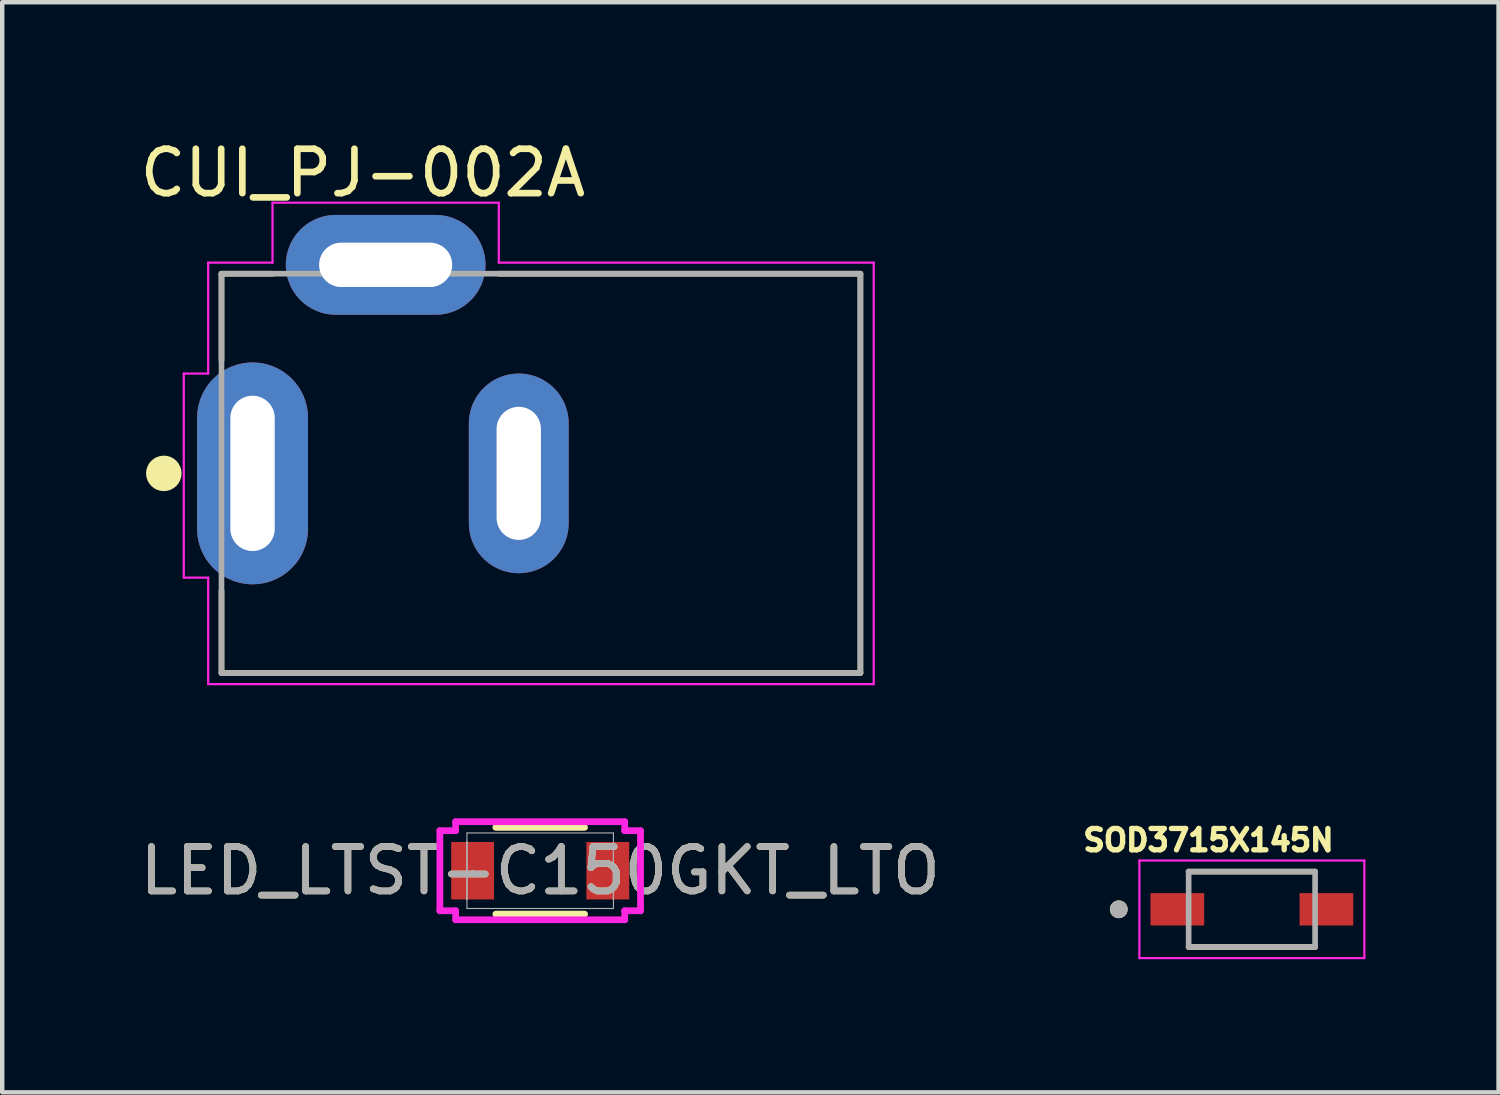
<source format=kicad_pcb>
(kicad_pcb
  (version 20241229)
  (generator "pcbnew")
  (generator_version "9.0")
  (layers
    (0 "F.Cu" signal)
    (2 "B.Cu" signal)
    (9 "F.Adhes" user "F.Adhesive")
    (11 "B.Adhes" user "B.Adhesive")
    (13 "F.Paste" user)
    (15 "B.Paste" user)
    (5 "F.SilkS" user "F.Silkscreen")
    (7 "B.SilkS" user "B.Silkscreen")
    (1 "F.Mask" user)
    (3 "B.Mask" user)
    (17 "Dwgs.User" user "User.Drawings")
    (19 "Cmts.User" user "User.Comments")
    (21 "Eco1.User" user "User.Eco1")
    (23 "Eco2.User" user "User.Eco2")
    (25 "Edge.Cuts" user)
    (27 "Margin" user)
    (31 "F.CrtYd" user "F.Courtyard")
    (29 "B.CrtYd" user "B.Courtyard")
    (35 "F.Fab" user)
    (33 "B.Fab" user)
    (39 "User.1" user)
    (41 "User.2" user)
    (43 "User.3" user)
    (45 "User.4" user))
  (footprint "LED_LTST-C150GKT_LTO"
    (layer "F.Cu")
    (at 9.125 16.575)
    (property "Reference" "LED_LTST-C150GKT_LTO" (at 0 0 0) (unlocked yes) (layer "F.SilkS") (effects (font (size 1 1) (thickness 0.15))))
    (attr smd)
    (fp_line (start -1 0.978) (end 1 0.978) (stroke (width 0.152) (type solid)) (layer "F.SilkS"))
    (fp_line (start 1 -0.978) (end -1 -0.978) (stroke (width 0.152) (type solid)) (layer "F.SilkS"))
    (fp_line (start -2.261 -0.902) (end -1.905 -0.902) (stroke (width 0.152) (type solid)) (layer "F.CrtYd"))
    (fp_line (start -2.261 0.902) (end -2.261 -0.902) (stroke (width 0.152) (type solid)) (layer "F.CrtYd"))
    (fp_line (start -1.905 -1.105) (end 1.905 -1.105) (stroke (width 0.152) (type solid)) (layer "F.CrtYd"))
    (fp_line (start -1.905 -0.902) (end -1.905 -1.105) (stroke (width 0.152) (type solid)) (layer "F.CrtYd"))
    (fp_line (start -1.905 0.902) (end -2.261 0.902) (stroke (width 0.152) (type solid)) (layer "F.CrtYd"))
    (fp_line (start -1.905 1.105) (end -1.905 0.902) (stroke (width 0.152) (type solid)) (layer "F.CrtYd"))
    (fp_line (start 1.905 -1.105) (end 1.905 -0.902) (stroke (width 0.152) (type solid)) (layer "F.CrtYd"))
    (fp_line (start 1.905 -0.902) (end 2.261 -0.902) (stroke (width 0.152) (type solid)) (layer "F.CrtYd"))
    (fp_line (start 1.905 0.902) (end 1.905 1.105) (stroke (width 0.152) (type solid)) (layer "F.CrtYd"))
    (fp_line (start 1.905 1.105) (end -1.905 1.105) (stroke (width 0.152) (type solid)) (layer "F.CrtYd"))
    (fp_line (start 2.261 -0.902) (end 2.261 0.902) (stroke (width 0.152) (type solid)) (layer "F.CrtYd"))
    (fp_line (start 2.261 0.902) (end 1.905 0.902) (stroke (width 0.152) (type solid)) (layer "F.CrtYd"))
    (fp_line (start -1.651 -0.851) (end -1.651 0.851) (stroke (width 0.025) (type solid)) (layer "F.Fab"))
    (fp_line (start -1.651 -0.648) (end -1.651 -0.648) (stroke (width 0.025) (type solid)) (layer "F.Fab"))
    (fp_line (start -1.651 -0.648) (end -1.651 0.648) (stroke (width 0.025) (type solid)) (layer "F.Fab"))
    (fp_line (start -1.651 0.648) (end -1.651 -0.648) (stroke (width 0.025) (type solid)) (layer "F.Fab"))
    (fp_line (start -1.651 0.648) (end -1.651 0.648) (stroke (width 0.025) (type solid)) (layer "F.Fab"))
    (fp_line (start -1.651 0.851) (end 1.651 0.851) (stroke (width 0.025) (type solid)) (layer "F.Fab"))
    (fp_line (start 1.651 -0.851) (end -1.651 -0.851) (stroke (width 0.025) (type solid)) (layer "F.Fab"))
    (fp_line (start 1.651 -0.648) (end 1.651 -0.648) (stroke (width 0.025) (type solid)) (layer "F.Fab"))
    (fp_line (start 1.651 -0.648) (end 1.651 0.648) (stroke (width 0.025) (type solid)) (layer "F.Fab"))
    (fp_line (start 1.651 0.648) (end 1.651 -0.648) (stroke (width 0.025) (type solid)) (layer "F.Fab"))
    (fp_line (start 1.651 0.648) (end 1.651 0.648) (stroke (width 0.025) (type solid)) (layer "F.Fab"))
    (fp_line (start 1.651 0.851) (end 1.651 -0.851) (stroke (width 0.025) (type solid)) (layer "F.Fab"))
    (fp_circle (center -1.524 0) (end -1.524 0) (stroke (width 0.025) (type solid)) (fill no) (layer "F.Fab"))
    (fp_text user "${REFERENCE}" (at 0 0 0) (unlocked yes) (layer "F.Fab") (effects (font (size 1 1) (thickness 0.15))))
    (pad "1" smd rect (at -1.524 0) (size 0.965 1.295) (layers "F.Cu" "F.Mask" "F.Paste"))
    (pad "2" smd rect (at 1.524 0) (size 0.965 1.295) (layers "F.Cu" "F.Mask" "F.Paste"))
    (zone (net_name "") (layer "F.Cu") (hatch full 0.508) (connect_pads) (min_thickness 0.254) (filled_areas_thickness no) (keepout (tracks not_allowed) (vias not_allowed) (pads allowed) (copperpour not_allowed) (footprints allowed)) (placement (enabled no)) (fill) (polygon (pts (xy 8.134 15.775) (xy 10.116 15.775) (xy 10.116 17.376) (xy 8.134 17.376)))))
  (footprint "CUI_PJ-002A"
    (layer "F.Cu")
    (at 2.642 7.619)
    (property "Reference" "CUI_PJ-002A" (at 2.487 -6.771 0) (layer "F.SilkS") (effects (font (size 1.001 1.001) (thickness 0.15))))
    (attr through_hole)
    (fp_line (start -0.7 -4.5) (end 0.45 -4.5) (stroke (width 0.127) (type solid)) (layer "F.SilkS"))
    (fp_line (start -0.7 -2.55) (end -0.7 -4.5) (stroke (width 0.127) (type solid)) (layer "F.SilkS"))
    (fp_line (start -0.7 4.5) (end -0.7 2.65) (stroke (width 0.127) (type solid)) (layer "F.SilkS"))
    (fp_line (start 5.55 -4.5) (end 13.7 -4.5) (stroke (width 0.127) (type solid)) (layer "F.SilkS"))
    (fp_line (start 13.7 -4.5) (end 13.7 4.5) (stroke (width 0.127) (type solid)) (layer "F.SilkS"))
    (fp_line (start 13.7 4.5) (end -0.7 4.5) (stroke (width 0.127) (type solid)) (layer "F.SilkS"))
    (fp_circle (center -2 0) (end -1.8 0) (stroke (width 0.4) (type solid)) (fill no) (layer "F.SilkS"))
    (fp_line (start -1.55 -2.25) (end -1.55 2.35) (stroke (width 0.05) (type solid)) (layer "F.CrtYd"))
    (fp_line (start -1.55 2.35) (end -1 2.35) (stroke (width 0.05) (type solid)) (layer "F.CrtYd"))
    (fp_line (start -1 -4.75) (end 0.45 -4.75) (stroke (width 0.05) (type solid)) (layer "F.CrtYd"))
    (fp_line (start -1 -2.25) (end -1.55 -2.25) (stroke (width 0.05) (type solid)) (layer "F.CrtYd"))
    (fp_line (start -1 -2.25) (end -1 -4.75) (stroke (width 0.05) (type solid)) (layer "F.CrtYd"))
    (fp_line (start -1 4.75) (end -1 2.35) (stroke (width 0.05) (type solid)) (layer "F.CrtYd"))
    (fp_line (start 0.45 -6.1) (end 5.55 -6.1) (stroke (width 0.05) (type solid)) (layer "F.CrtYd"))
    (fp_line (start 0.45 -4.75) (end 0.45 -6.1) (stroke (width 0.05) (type solid)) (layer "F.CrtYd"))
    (fp_line (start 5.55 -6.1) (end 5.55 -4.75) (stroke (width 0.05) (type solid)) (layer "F.CrtYd"))
    (fp_line (start 5.55 -4.75) (end 14 -4.75) (stroke (width 0.05) (type solid)) (layer "F.CrtYd"))
    (fp_line (start 14 -4.75) (end 14 4.75) (stroke (width 0.05) (type solid)) (layer "F.CrtYd"))
    (fp_line (start 14 4.75) (end -1 4.75) (stroke (width 0.05) (type solid)) (layer "F.CrtYd"))
    (fp_line (start -0.7 -4.5) (end 13.7 -4.5) (stroke (width 0.127) (type solid)) (layer "F.Fab"))
    (fp_line (start -0.7 4.5) (end -0.7 -4.5) (stroke (width 0.127) (type solid)) (layer "F.Fab"))
    (fp_line (start 13.7 -4.5) (end 13.7 4.5) (stroke (width 0.127) (type solid)) (layer "F.Fab"))
    (fp_line (start 13.7 4.5) (end -0.7 4.5) (stroke (width 0.127) (type solid)) (layer "F.Fab"))
    (pad "1" thru_hole oval (at 0 0) (size 2.5 5) (drill oval 1 3.5) (layers "*.Cu" "*.Mask"))
    (pad "2" thru_hole oval (at 6 0) (size 2.25 4.5) (drill oval 1 3) (layers "*.Cu" "*.Mask"))
    (pad "3" thru_hole oval (at 3 -4.7) (size 4.5 2.25) (drill oval 3 1) (layers "*.Cu" "*.Mask")))
  (footprint "SOD3715X145N"
    (layer "F.Cu")
    (at 25.165 17.444)
    (property "Reference" "SOD3715X145N" (at -0.978 -1.557 0) (layer "F.SilkS") (effects (font (size 0.481 0.481) (thickness 0.12))))
    (attr smd)
    (fp_line (start -1.425 -0.85) (end 1.425 -0.85) (stroke (width 0.127) (type solid)) (layer "F.SilkS"))
    (fp_line (start 1.425 0.85) (end -1.425 0.85) (stroke (width 0.127) (type solid)) (layer "F.SilkS"))
    (fp_circle (center -3 0) (end -2.9 0) (stroke (width 0.2) (type solid)) (fill no) (layer "F.SilkS"))
    (fp_line (start -2.535 -1.1) (end 2.535 -1.1) (stroke (width 0.05) (type solid)) (layer "F.CrtYd"))
    (fp_line (start -2.535 1.1) (end -2.535 -1.1) (stroke (width 0.05) (type solid)) (layer "F.CrtYd"))
    (fp_line (start 2.535 -1.1) (end 2.535 1.1) (stroke (width 0.05) (type solid)) (layer "F.CrtYd"))
    (fp_line (start 2.535 1.1) (end -2.535 1.1) (stroke (width 0.05) (type solid)) (layer "F.CrtYd"))
    (fp_line (start -1.425 -0.85) (end 1.425 -0.85) (stroke (width 0.127) (type solid)) (layer "F.Fab"))
    (fp_line (start -1.425 0.85) (end -1.425 -0.85) (stroke (width 0.127) (type solid)) (layer "F.Fab"))
    (fp_line (start 1.425 -0.85) (end 1.425 0.85) (stroke (width 0.127) (type solid)) (layer "F.Fab"))
    (fp_line (start 1.425 0.85) (end -1.425 0.85) (stroke (width 0.127) (type solid)) (layer "F.Fab"))
    (fp_circle (center -3 0) (end -2.9 0) (stroke (width 0.2) (type solid)) (fill no) (layer "F.Fab"))
    (pad "A" smd rect (at 1.68 0) (size 1.21 0.73) (layers "F.Cu" "F.Mask" "F.Paste"))
    (pad "C" smd rect (at -1.68 0) (size 1.21 0.73) (layers "F.Cu" "F.Mask" "F.Paste")))
  (gr_rect
    (start -3 -3)
    (end 30.725 21.569)
    (stroke (width 0.1) (type default))
    (fill no)
    (layer "Edge.Cuts")))
</source>
